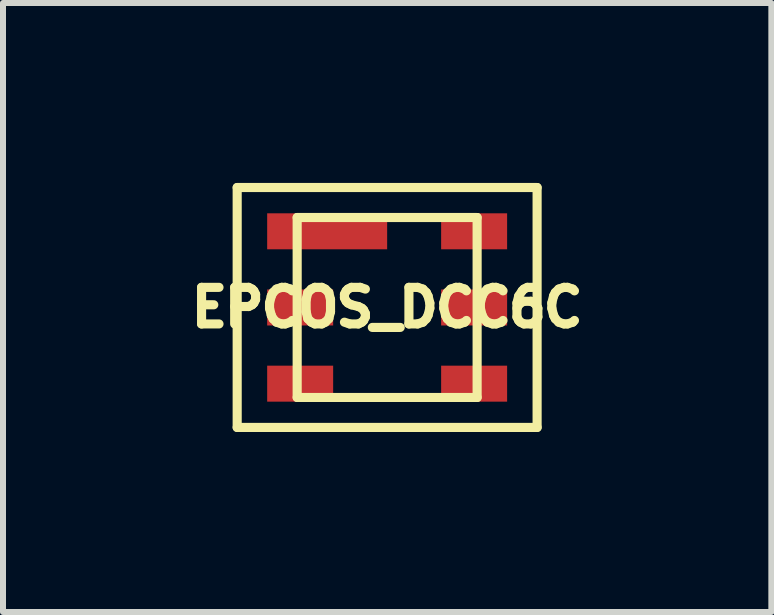
<source format=kicad_pcb>
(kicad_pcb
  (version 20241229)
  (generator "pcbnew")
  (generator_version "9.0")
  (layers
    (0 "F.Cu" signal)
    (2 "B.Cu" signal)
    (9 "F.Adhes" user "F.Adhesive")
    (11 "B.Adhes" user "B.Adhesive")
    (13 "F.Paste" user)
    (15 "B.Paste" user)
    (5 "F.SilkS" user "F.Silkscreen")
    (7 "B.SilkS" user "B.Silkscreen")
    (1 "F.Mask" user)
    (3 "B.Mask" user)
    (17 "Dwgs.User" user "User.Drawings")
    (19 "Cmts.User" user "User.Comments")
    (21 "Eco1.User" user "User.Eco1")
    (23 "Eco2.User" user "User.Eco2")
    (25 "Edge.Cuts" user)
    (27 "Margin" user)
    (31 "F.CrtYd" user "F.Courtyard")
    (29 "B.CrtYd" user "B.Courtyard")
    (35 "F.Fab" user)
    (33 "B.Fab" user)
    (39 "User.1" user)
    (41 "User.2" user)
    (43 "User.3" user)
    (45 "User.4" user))
  (footprint "EPCOS_DCC6C"
    (layer "F.Cu")
    (at 3.404 2.076)
    (property "Reference" "EPCOS_DCC6C" (at 0 0 0) (layer "F.SilkS") (effects (font (size 0.61 0.61) (thickness 0.152))))
    (attr through_hole)
    (fp_line (start -2.5 -2) (end 2.5 -2) (stroke (width 0.152) (type solid)) (layer "F.SilkS"))
    (fp_line (start -2.5 2) (end -2.5 -2) (stroke (width 0.152) (type solid)) (layer "F.SilkS"))
    (fp_line (start -1.5 -1.5) (end 1.5 -1.5) (stroke (width 0.152) (type solid)) (layer "F.SilkS"))
    (fp_line (start -1.5 1.5) (end -1.5 -1.5) (stroke (width 0.152) (type solid)) (layer "F.SilkS"))
    (fp_line (start 1.5 -1.5) (end 1.5 1.5) (stroke (width 0.152) (type solid)) (layer "F.SilkS"))
    (fp_line (start 1.5 1.5) (end -1.5 1.5) (stroke (width 0.152) (type solid)) (layer "F.SilkS"))
    (fp_line (start 2.5 -2) (end 2.5 2) (stroke (width 0.152) (type solid)) (layer "F.SilkS"))
    (fp_line (start 2.5 2) (end -2.5 2) (stroke (width 0.152) (type solid)) (layer "F.SilkS"))
    (pad "1" smd rect (at -1 -1.27) (size 2 0.6) (layers "F.Cu" "F.Mask" "F.Paste"))
    (pad "2" smd rect (at -1.45 0) (size 1.1 0.6) (layers "F.Cu" "F.Mask" "F.Paste"))
    (pad "3" smd rect (at -1.45 1.27) (size 1.1 0.6) (layers "F.Cu" "F.Mask" "F.Paste"))
    (pad "4" smd rect (at 1.45 1.27) (size 1.1 0.6) (layers "F.Cu" "F.Mask" "F.Paste"))
    (pad "5" smd rect (at 1.45 0) (size 1.1 0.6) (layers "F.Cu" "F.Mask" "F.Paste"))
    (pad "6" smd rect (at 1.45 -1.27) (size 1.1 0.6) (layers "F.Cu" "F.Mask" "F.Paste")))
  (gr_rect
    (start -3 -3)
    (end 9.809 7.152)
    (stroke (width 0.1) (type default))
    (fill no)
    (layer "Edge.Cuts")))
</source>
